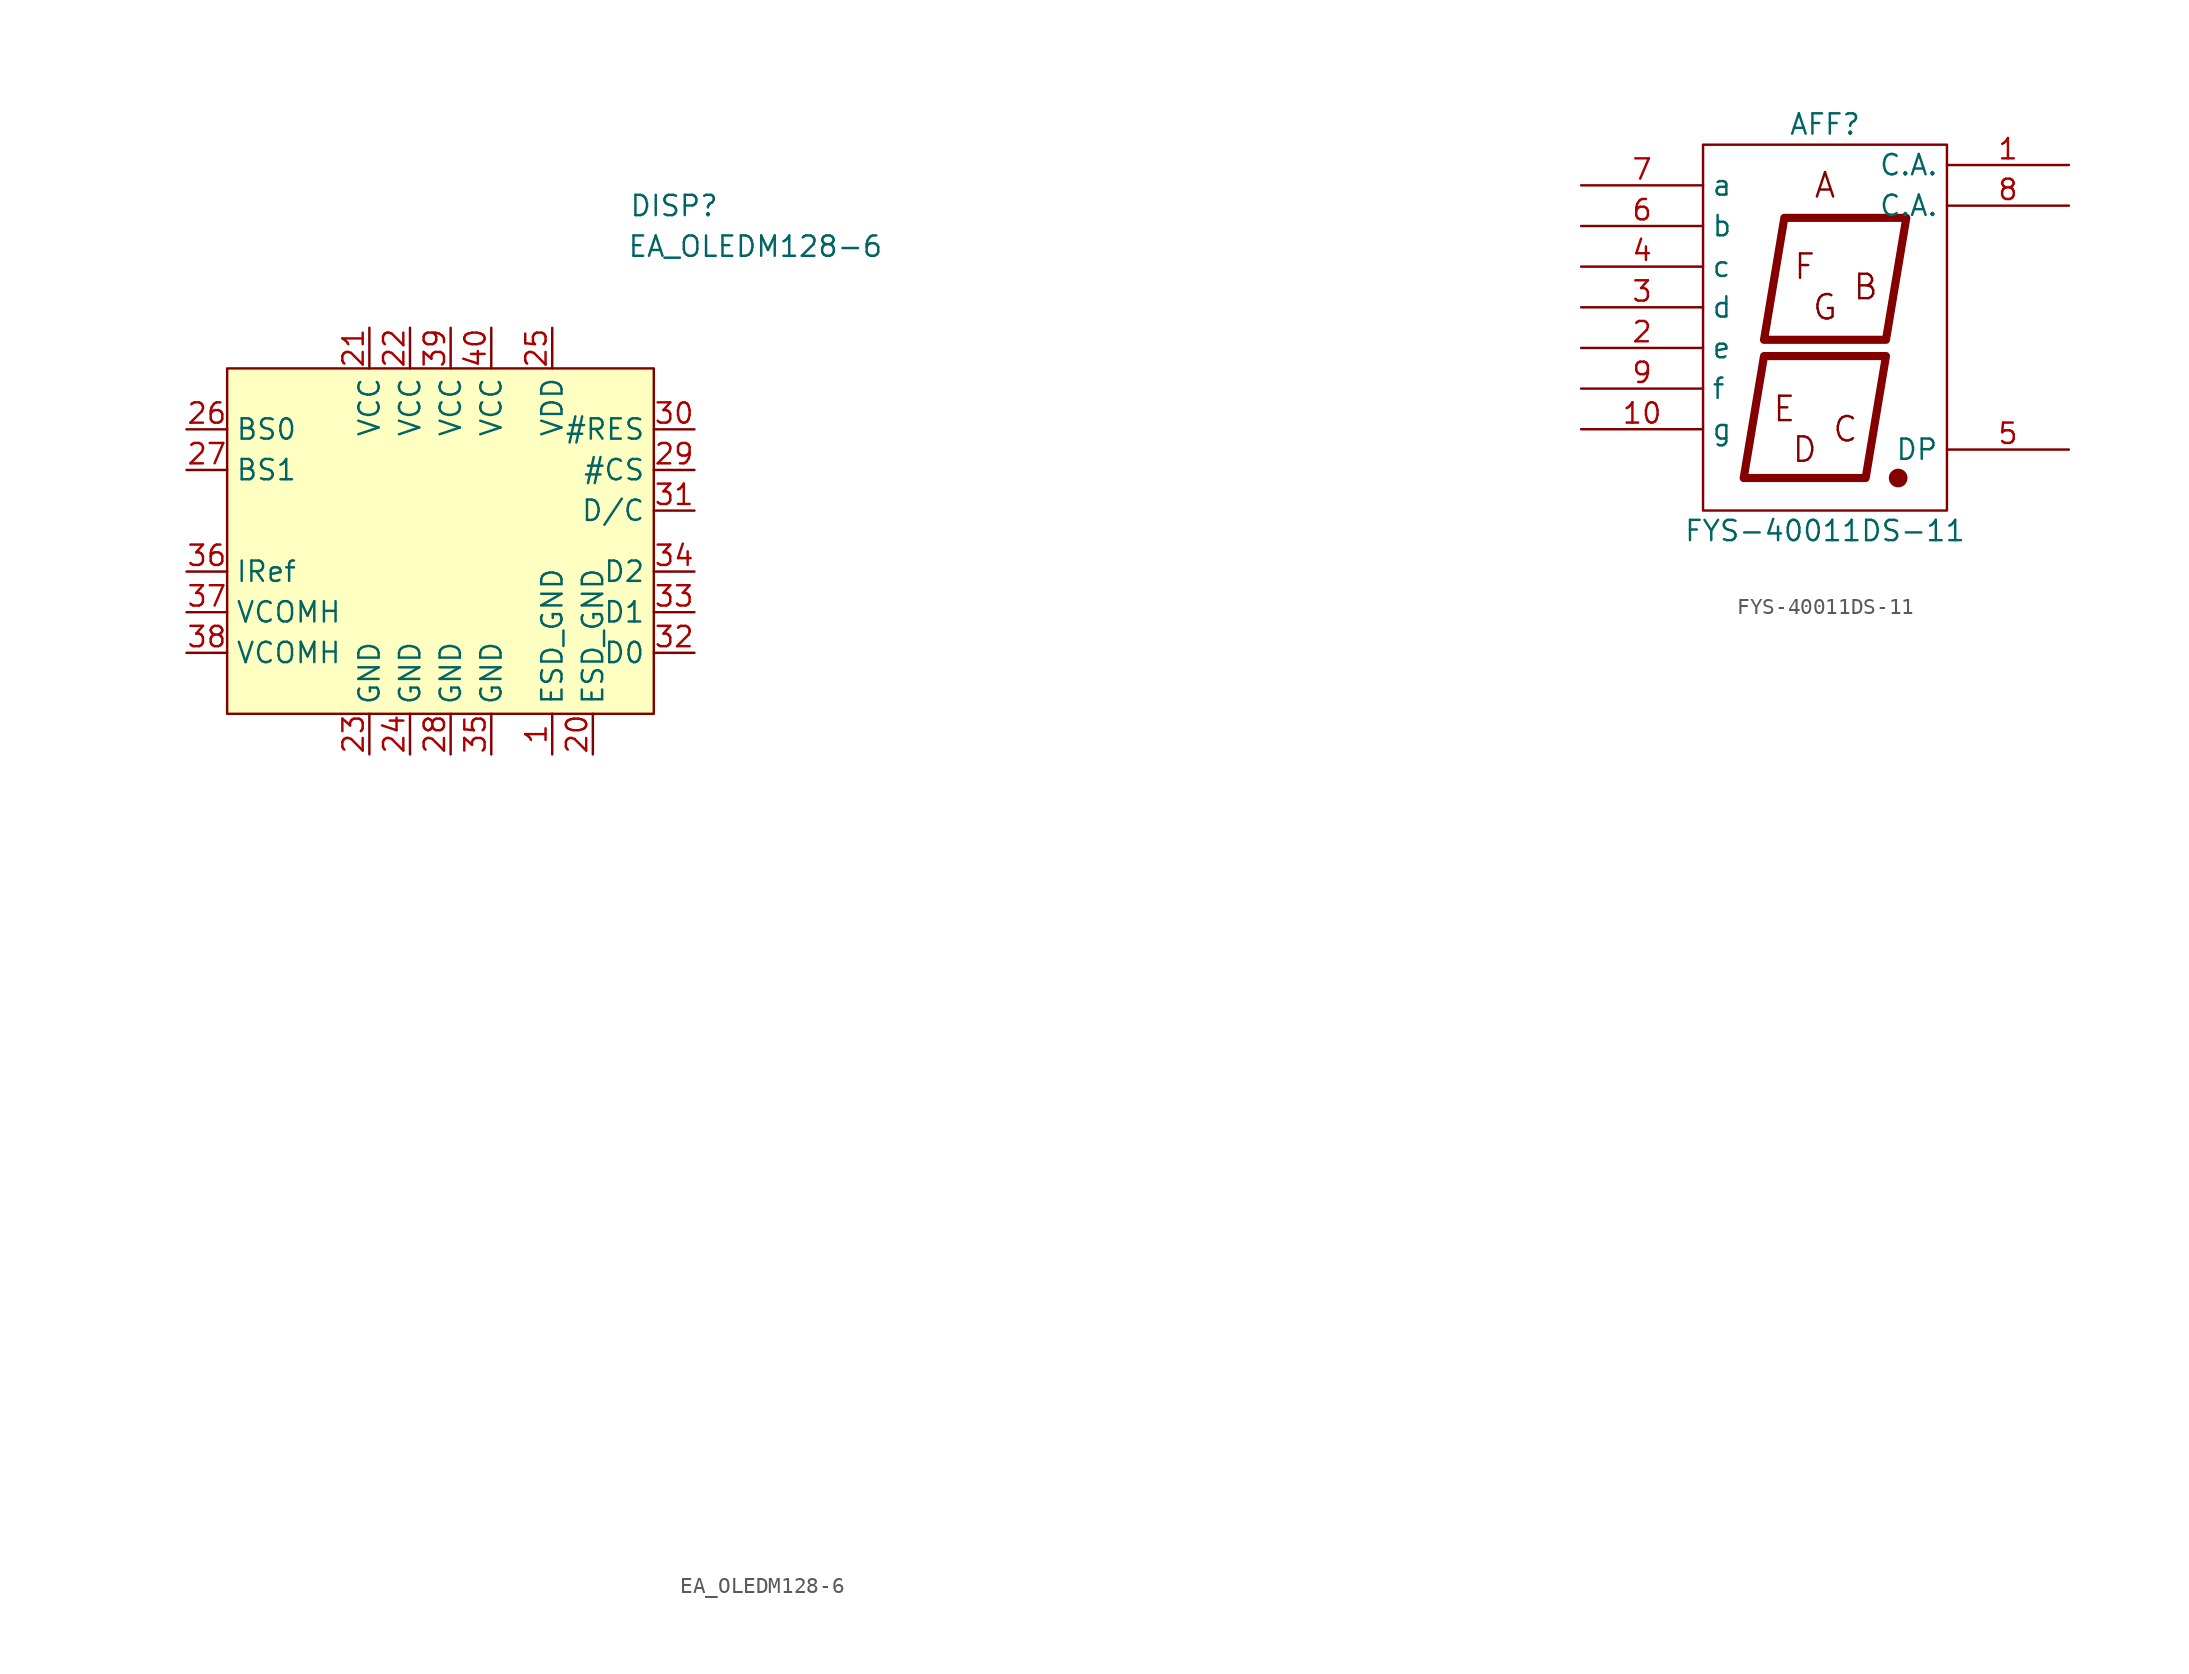
<source format=kicad_sym>
(kicad_symbol_lib
  (version 20211014)
  (generator kicad_symbol_editor)
  (symbol "EA_OLEDM128-6"
    (property "Reference" "DISP"
      (at 16.51 21.59 0)
      (effects (font (size 1.27 1.27))))
    (property "Value" "EA_OLEDM128-6"
      (at 21.59 19.05 0)
      (effects (font (size 1.27 1.27))))
    (symbol "EA_OLEDM128-6_0_0"
      (pin power_in line (at 8.89 -12.7 90) (length 2.54) (name "ESD_GND" (effects (font (size 1.27 1.27)))) (number "1" (effects (font (size 1.27 1.27)))))
      (pin no_connect line (at 55.88 -53.34 0) (length 2.54) hide (name "" (effects (font (size 1.27 1.27)))) (number "18" (effects (font (size 1.27 1.27)))))
      (pin no_connect line (at 55.88 -55.88 0) (length 2.54) hide (name "" (effects (font (size 1.27 1.27)))) (number "19" (effects (font (size 1.27 1.27)))))
      (pin no_connect line (at 55.88 -48.26 0) (length 2.54) hide (name "" (effects (font (size 1.27 1.27)))) (number "2" (effects (font (size 1.27 1.27)))))
      (pin power_in line (at 11.43 -12.7 90) (length 2.54) (name "ESD_GND" (effects (font (size 1.27 1.27)))) (number "20" (effects (font (size 1.27 1.27)))))
      (pin power_in line (at -2.54 13.97 270) (length 2.54) (name "VCC" (effects (font (size 1.27 1.27)))) (number "21" (effects (font (size 1.27 1.27)))))
      (pin power_in line (at 0 13.97 270) (length 2.54) (name "VCC" (effects (font (size 1.27 1.27)))) (number "22" (effects (font (size 1.27 1.27)))))
      (pin power_in line (at -2.54 -12.7 90) (length 2.54) (name "GND" (effects (font (size 1.27 1.27)))) (number "23" (effects (font (size 1.27 1.27)))))
      (pin power_in line (at 0 -12.7 90) (length 2.54) (name "GND" (effects (font (size 1.27 1.27)))) (number "24" (effects (font (size 1.27 1.27)))))
      (pin power_in line (at 8.89 13.97 270) (length 2.54) (name "VDD" (effects (font (size 1.27 1.27)))) (number "25" (effects (font (size 1.27 1.27)))))
      (pin input line (at -13.97 7.62 0) (length 2.54) (name "BS0" (effects (font (size 1.27 1.27)))) (number "26" (effects (font (size 1.27 1.27)))))
      (pin input line (at -13.97 5.08 0) (length 2.54) (name "BS1" (effects (font (size 1.27 1.27)))) (number "27" (effects (font (size 1.27 1.27)))))
      (pin power_in line (at 2.54 -12.7 90) (length 2.54) (name "GND" (effects (font (size 1.27 1.27)))) (number "28" (effects (font (size 1.27 1.27)))))
      (pin input line (at 17.78 5.08 180) (length 2.54) (name "#CS" (effects (font (size 1.27 1.27)))) (number "29" (effects (font (size 1.27 1.27)))))
      (pin no_connect line (at 55.88 -50.8 0) (length 2.54) hide (name "" (effects (font (size 1.27 1.27)))) (number "3" (effects (font (size 1.27 1.27)))))
      (pin input line (at 17.78 7.62 180) (length 2.54) (name "#RES" (effects (font (size 1.27 1.27)))) (number "30" (effects (font (size 1.27 1.27)))))
      (pin input line (at 17.78 2.54 180) (length 2.54) (name "D/C" (effects (font (size 1.27 1.27)))) (number "31" (effects (font (size 1.27 1.27)))))
      (pin input line (at 17.78 -6.35 180) (length 2.54) (name "D0" (effects (font (size 1.27 1.27)))) (number "32" (effects (font (size 1.27 1.27)))))
      (pin input line (at 17.78 -3.81 180) (length 2.54) (name "D1" (effects (font (size 1.27 1.27)))) (number "33" (effects (font (size 1.27 1.27)))))
      (pin input line (at 17.78 -1.27 180) (length 2.54) (name "D2" (effects (font (size 1.27 1.27)))) (number "34" (effects (font (size 1.27 1.27)))))
      (pin power_in line (at 5.08 -12.7 90) (length 2.54) (name "GND" (effects (font (size 1.27 1.27)))) (number "35" (effects (font (size 1.27 1.27)))))
      (pin power_in line (at -13.97 -1.27 0) (length 2.54) (name "IRef" (effects (font (size 1.27 1.27)))) (number "36" (effects (font (size 1.27 1.27)))))
      (pin power_in line (at -13.97 -3.81 0) (length 2.54) (name "VCOMH" (effects (font (size 1.27 1.27)))) (number "37" (effects (font (size 1.27 1.27)))))
      (pin power_in line (at -13.97 -6.35 0) (length 2.54) (name "VCOMH" (effects (font (size 1.27 1.27)))) (number "38" (effects (font (size 1.27 1.27)))))
      (pin power_in line (at 2.54 13.97 270) (length 2.54) (name "VCC" (effects (font (size 1.27 1.27)))) (number "39" (effects (font (size 1.27 1.27)))))
      (pin power_in line (at 5.08 13.97 270) (length 2.54) (name "VCC" (effects (font (size 1.27 1.27)))) (number "40" (effects (font (size 1.27 1.27))))))
    (symbol "EA_OLEDM128-6_0_1"
      (rectangle (start -11.43 11.43) (end 15.24 -10.16) (stroke (width 0.152) (type default) (color 0 0 0 0)) (fill (type background)))))
  (symbol "FYS-40011DS-11"
    (property "Reference" "AFF"
      (at 0 13.97 0)
      (effects (font (size 1.27 1.27))))
    (property "Value" "FYS-40011DS-11"
      (at 0 -11.43 0)
      (effects (font (size 1.27 1.27))))
    (property "Footprint" ""
      (at 0 0 0)
      (effects (font (size 1.27 1.27))))
    (property "Datasheet" ""
      (at 0 0 0)
      (effects (font (size 1.27 1.27))))
    (symbol "FYS-40011DS-11_0_0"
      (text "A" (at 0 10.16 0) (effects (font (size 1.524 1.524))))
      (text "B" (at 2.54 3.81 0) (effects (font (size 1.524 1.524))))
      (text "C" (at 1.27 -5.08 0) (effects (font (size 1.524 1.524))))
      (text "D" (at -1.27 -6.35 0) (effects (font (size 1.524 1.524))))
      (text "E" (at -2.54 -3.81 0) (effects (font (size 1.524 1.524))))
      (text "F" (at -1.27 5.08 0) (effects (font (size 1.524 1.524))))
      (text "G" (at 0 2.54 0) (effects (font (size 1.524 1.524)))))
    (symbol "FYS-40011DS-11_0_1"
      (rectangle (start -7.62 12.7) (end 7.62 -10.16) (stroke (width 0) (type default) (color 0 0 0 0)) (fill (type none)))
      (polyline (pts (xy -3.81 -0.508) (xy 3.81 -0.508) (xy 2.54 -8.128) (xy -5.08 -8.128) (xy -3.81 -0.508) (xy -3.81 -0.508)) (stroke (width 0.508) (type default) (color 0 0 0 0)) (fill (type none)))
      (polyline (pts (xy -2.54 8.128) (xy 5.08 8.128) (xy 3.81 0.508) (xy -3.81 0.508) (xy -2.54 8.128) (xy -2.54 8.128)) (stroke (width 0.508) (type default) (color 0 0 0 0)) (fill (type none)))
      (circle (center 4.572 -8.128) (radius 0.508) (stroke (width 0) (type default) (color 0 0 0 0)) (fill (type outline))))
    (symbol "FYS-40011DS-11_1_1"
      (pin input line (at 15.24 11.43 180) (length 7.62) (name "C.A." (effects (font (size 1.27 1.27)))) (number "1" (effects (font (size 1.27 1.27)))))
      (pin input line (at -15.24 -5.08 0) (length 7.62) (name "g" (effects (font (size 1.27 1.27)))) (number "10" (effects (font (size 1.27 1.27)))))
      (pin input line (at -15.24 0 0) (length 7.62) (name "e" (effects (font (size 1.27 1.27)))) (number "2" (effects (font (size 1.27 1.27)))))
      (pin input line (at -15.24 2.54 0) (length 7.62) (name "d" (effects (font (size 1.27 1.27)))) (number "3" (effects (font (size 1.27 1.27)))))
      (pin input line (at -15.24 5.08 0) (length 7.62) (name "c" (effects (font (size 1.27 1.27)))) (number "4" (effects (font (size 1.27 1.27)))))
      (pin input line (at 15.24 -6.35 180) (length 7.62) (name "DP" (effects (font (size 1.27 1.27)))) (number "5" (effects (font (size 1.27 1.27)))))
      (pin input line (at -15.24 7.62 0) (length 7.62) (name "b" (effects (font (size 1.27 1.27)))) (number "6" (effects (font (size 1.27 1.27)))))
      (pin input line (at -15.24 10.16 0) (length 7.62) (name "a" (effects (font (size 1.27 1.27)))) (number "7" (effects (font (size 1.27 1.27)))))
      (pin input line (at 15.24 8.89 180) (length 7.62) (name "C.A." (effects (font (size 1.27 1.27)))) (number "8" (effects (font (size 1.27 1.27)))))
      (pin input line (at -15.24 -2.54 0) (length 7.62) (name "f" (effects (font (size 1.27 1.27)))) (number "9" (effects (font (size 1.27 1.27))))))))
</source>
